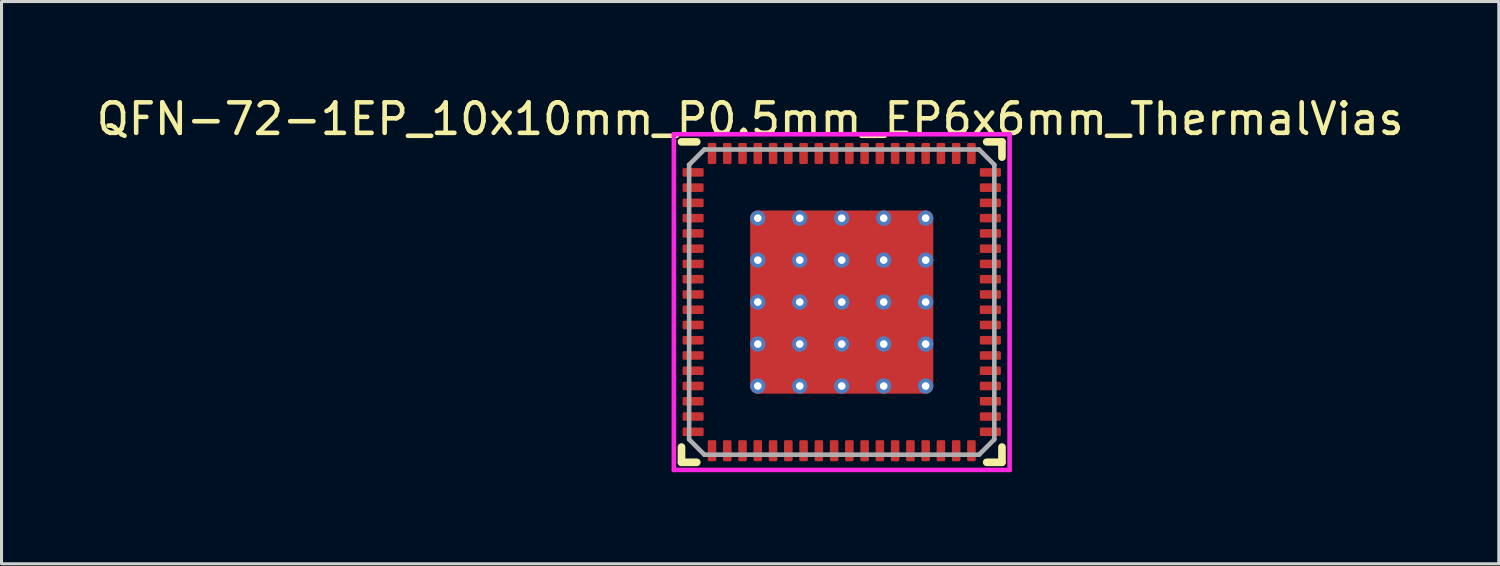
<source format=kicad_pcb>
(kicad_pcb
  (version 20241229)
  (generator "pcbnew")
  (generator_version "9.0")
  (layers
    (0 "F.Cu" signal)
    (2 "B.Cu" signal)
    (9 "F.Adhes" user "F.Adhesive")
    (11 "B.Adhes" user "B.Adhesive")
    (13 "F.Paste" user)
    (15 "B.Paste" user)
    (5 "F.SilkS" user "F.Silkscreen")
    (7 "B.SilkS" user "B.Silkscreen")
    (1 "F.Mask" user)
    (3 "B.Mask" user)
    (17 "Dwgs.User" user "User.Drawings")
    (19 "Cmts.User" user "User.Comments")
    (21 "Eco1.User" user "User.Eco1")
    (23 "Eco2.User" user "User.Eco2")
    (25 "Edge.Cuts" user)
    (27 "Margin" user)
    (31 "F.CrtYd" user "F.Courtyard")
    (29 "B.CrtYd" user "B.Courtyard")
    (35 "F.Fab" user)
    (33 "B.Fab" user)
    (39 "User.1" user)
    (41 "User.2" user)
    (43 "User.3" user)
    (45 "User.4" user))
  (footprint "QFN-72-1EP_10x10mm_P0.5mm_EP6x6mm_ThermalVias"
    (layer "F.Cu")
    (at 24.53 6.848)
    (property "Reference" "QFN-72-1EP_10x10mm_P0.5mm_EP6x6mm_ThermalVias" (at -3 -6 0) (layer "F.SilkS") (effects (font (size 1 1) (thickness 0.15))))
    (attr through_hole)
    (fp_line (start -5.25 -5.25) (end -4.75 -5.25) (stroke (width 0.25) (type solid)) (layer "F.SilkS"))
    (fp_line (start -5.25 4.75) (end -5.25 5.25) (stroke (width 0.25) (type solid)) (layer "F.SilkS"))
    (fp_line (start -5.25 5.25) (end -4.75 5.25) (stroke (width 0.25) (type solid)) (layer "F.SilkS"))
    (fp_line (start 4.75 -5.25) (end 5.25 -5.25) (stroke (width 0.25) (type solid)) (layer "F.SilkS"))
    (fp_line (start 5.25 -5.25) (end 5.25 -4.75) (stroke (width 0.25) (type solid)) (layer "F.SilkS"))
    (fp_line (start 5.25 4.75) (end 5.25 5.25) (stroke (width 0.25) (type solid)) (layer "F.SilkS"))
    (fp_line (start 5.25 5.25) (end 4.75 5.25) (stroke (width 0.25) (type solid)) (layer "F.SilkS"))
    (fp_line (start -5.5 -5.5) (end 5.5 -5.5) (stroke (width 0.15) (type solid)) (layer "F.CrtYd"))
    (fp_line (start -5.5 5.5) (end -5.5 -5.5) (stroke (width 0.15) (type solid)) (layer "F.CrtYd"))
    (fp_line (start 5.5 -5.5) (end 5.5 5.5) (stroke (width 0.15) (type solid)) (layer "F.CrtYd"))
    (fp_line (start 5.5 5.5) (end -5.5 5.5) (stroke (width 0.15) (type solid)) (layer "F.CrtYd"))
    (fp_line (start -5 -4.5) (end -4.5 -5) (stroke (width 0.15) (type solid)) (layer "F.Fab"))
    (fp_line (start -5 4.5) (end -5 -4.5) (stroke (width 0.15) (type solid)) (layer "F.Fab"))
    (fp_line (start -4.5 -5) (end 4.5 -5) (stroke (width 0.15) (type solid)) (layer "F.Fab"))
    (fp_line (start -4.5 5) (end -5 4.5) (stroke (width 0.15) (type solid)) (layer "F.Fab"))
    (fp_line (start 4.5 -5) (end 5 -4.5) (stroke (width 0.15) (type solid)) (layer "F.Fab"))
    (fp_line (start 4.5 5) (end -4.5 5) (stroke (width 0.15) (type solid)) (layer "F.Fab"))
    (fp_line (start 5 -4.5) (end 5 4.5) (stroke (width 0.15) (type solid)) (layer "F.Fab"))
    (fp_line (start 5 4.5) (end 4.5 5) (stroke (width 0.15) (type solid)) (layer "F.Fab"))
    (pad "1" smd roundrect (at -4.87 -4.25) (size 0.69 0.28) (layers "F.Cu" "F.Mask" "F.Paste") (roundrect_rratio 0.15))
    (pad "2" smd roundrect (at -4.87 -3.75) (size 0.69 0.28) (layers "F.Cu" "F.Mask" "F.Paste") (roundrect_rratio 0.15))
    (pad "3" smd roundrect (at -4.87 -3.25) (size 0.69 0.28) (layers "F.Cu" "F.Mask" "F.Paste") (roundrect_rratio 0.15))
    (pad "4" smd roundrect (at -4.87 -2.75) (size 0.69 0.28) (layers "F.Cu" "F.Mask" "F.Paste") (roundrect_rratio 0.15))
    (pad "5" smd roundrect (at -4.87 -2.25) (size 0.69 0.28) (layers "F.Cu" "F.Mask" "F.Paste") (roundrect_rratio 0.15))
    (pad "6" smd roundrect (at -4.87 -1.75) (size 0.69 0.28) (layers "F.Cu" "F.Mask" "F.Paste") (roundrect_rratio 0.15))
    (pad "7" smd roundrect (at -4.87 -1.25) (size 0.69 0.28) (layers "F.Cu" "F.Mask" "F.Paste") (roundrect_rratio 0.15))
    (pad "8" smd roundrect (at -4.87 -0.75) (size 0.69 0.28) (layers "F.Cu" "F.Mask" "F.Paste") (roundrect_rratio 0.15))
    (pad "9" smd roundrect (at -4.87 -0.25) (size 0.69 0.28) (layers "F.Cu" "F.Mask" "F.Paste") (roundrect_rratio 0.15))
    (pad "10" smd roundrect (at -4.87 0.25) (size 0.69 0.28) (layers "F.Cu" "F.Mask" "F.Paste") (roundrect_rratio 0.15))
    (pad "11" smd roundrect (at -4.87 0.75) (size 0.69 0.28) (layers "F.Cu" "F.Mask" "F.Paste") (roundrect_rratio 0.15))
    (pad "12" smd roundrect (at -4.87 1.25) (size 0.69 0.28) (layers "F.Cu" "F.Mask" "F.Paste") (roundrect_rratio 0.15))
    (pad "13" smd roundrect (at -4.87 1.75) (size 0.69 0.28) (layers "F.Cu" "F.Mask" "F.Paste") (roundrect_rratio 0.15))
    (pad "14" smd roundrect (at -4.87 2.25) (size 0.69 0.28) (layers "F.Cu" "F.Mask" "F.Paste") (roundrect_rratio 0.15))
    (pad "15" smd roundrect (at -4.87 2.75) (size 0.69 0.28) (layers "F.Cu" "F.Mask" "F.Paste") (roundrect_rratio 0.15))
    (pad "16" smd roundrect (at -4.87 3.25) (size 0.69 0.28) (layers "F.Cu" "F.Mask" "F.Paste") (roundrect_rratio 0.15))
    (pad "17" smd roundrect (at -4.87 3.75) (size 0.69 0.28) (layers "F.Cu" "F.Mask" "F.Paste") (roundrect_rratio 0.15))
    (pad "18" smd roundrect (at -4.87 4.25) (size 0.69 0.28) (layers "F.Cu" "F.Mask" "F.Paste") (roundrect_rratio 0.15))
    (pad "19" smd roundrect (at -4.25 4.87) (size 0.28 0.69) (layers "F.Cu" "F.Mask" "F.Paste") (roundrect_rratio 0.15))
    (pad "20" smd roundrect (at -3.75 4.87) (size 0.28 0.69) (layers "F.Cu" "F.Mask" "F.Paste") (roundrect_rratio 0.15))
    (pad "21" smd roundrect (at -3.25 4.87) (size 0.28 0.69) (layers "F.Cu" "F.Mask" "F.Paste") (roundrect_rratio 0.15))
    (pad "22" smd roundrect (at -2.75 4.87) (size 0.28 0.69) (layers "F.Cu" "F.Mask" "F.Paste") (roundrect_rratio 0.15))
    (pad "23" smd roundrect (at -2.25 4.87) (size 0.28 0.69) (layers "F.Cu" "F.Mask" "F.Paste") (roundrect_rratio 0.15))
    (pad "24" smd roundrect (at -1.75 4.87) (size 0.28 0.69) (layers "F.Cu" "F.Mask" "F.Paste") (roundrect_rratio 0.15))
    (pad "25" smd roundrect (at -1.25 4.87) (size 0.28 0.69) (layers "F.Cu" "F.Mask" "F.Paste") (roundrect_rratio 0.15))
    (pad "26" smd roundrect (at -0.75 4.87) (size 0.28 0.69) (layers "F.Cu" "F.Mask" "F.Paste") (roundrect_rratio 0.15))
    (pad "27" smd roundrect (at -0.25 4.87) (size 0.28 0.69) (layers "F.Cu" "F.Mask" "F.Paste") (roundrect_rratio 0.15))
    (pad "28" smd roundrect (at 0.25 4.87) (size 0.28 0.69) (layers "F.Cu" "F.Mask" "F.Paste") (roundrect_rratio 0.15))
    (pad "29" smd roundrect (at 0.75 4.87) (size 0.28 0.69) (layers "F.Cu" "F.Mask" "F.Paste") (roundrect_rratio 0.15))
    (pad "30" smd roundrect (at 1.25 4.87) (size 0.28 0.69) (layers "F.Cu" "F.Mask" "F.Paste") (roundrect_rratio 0.15))
    (pad "31" smd roundrect (at 1.75 4.87) (size 0.28 0.69) (layers "F.Cu" "F.Mask" "F.Paste") (roundrect_rratio 0.15))
    (pad "32" smd roundrect (at 2.25 4.87) (size 0.28 0.69) (layers "F.Cu" "F.Mask" "F.Paste") (roundrect_rratio 0.15))
    (pad "33" smd roundrect (at 2.75 4.87) (size 0.28 0.69) (layers "F.Cu" "F.Mask" "F.Paste") (roundrect_rratio 0.15))
    (pad "34" smd roundrect (at 3.25 4.87) (size 0.28 0.69) (layers "F.Cu" "F.Mask" "F.Paste") (roundrect_rratio 0.15))
    (pad "35" smd roundrect (at 3.75 4.87) (size 0.28 0.69) (layers "F.Cu" "F.Mask" "F.Paste") (roundrect_rratio 0.15))
    (pad "36" smd roundrect (at 4.25 4.87) (size 0.28 0.69) (layers "F.Cu" "F.Mask" "F.Paste") (roundrect_rratio 0.15))
    (pad "37" smd roundrect (at 4.87 4.25) (size 0.69 0.28) (layers "F.Cu" "F.Mask" "F.Paste") (roundrect_rratio 0.15))
    (pad "38" smd roundrect (at 4.87 3.75) (size 0.69 0.28) (layers "F.Cu" "F.Mask" "F.Paste") (roundrect_rratio 0.15))
    (pad "39" smd roundrect (at 4.87 3.25) (size 0.69 0.28) (layers "F.Cu" "F.Mask" "F.Paste") (roundrect_rratio 0.15))
    (pad "40" smd roundrect (at 4.87 2.75) (size 0.69 0.28) (layers "F.Cu" "F.Mask" "F.Paste") (roundrect_rratio 0.15))
    (pad "41" smd roundrect (at 4.87 2.25) (size 0.69 0.28) (layers "F.Cu" "F.Mask" "F.Paste") (roundrect_rratio 0.15))
    (pad "42" smd roundrect (at 4.87 1.75) (size 0.69 0.28) (layers "F.Cu" "F.Mask" "F.Paste") (roundrect_rratio 0.15))
    (pad "43" smd roundrect (at 4.87 1.25) (size 0.69 0.28) (layers "F.Cu" "F.Mask" "F.Paste") (roundrect_rratio 0.15))
    (pad "44" smd roundrect (at 4.87 0.75) (size 0.69 0.28) (layers "F.Cu" "F.Mask" "F.Paste") (roundrect_rratio 0.15))
    (pad "45" smd roundrect (at 4.87 0.25) (size 0.69 0.28) (layers "F.Cu" "F.Mask" "F.Paste") (roundrect_rratio 0.15))
    (pad "46" smd roundrect (at 4.87 -0.25) (size 0.69 0.28) (layers "F.Cu" "F.Mask" "F.Paste") (roundrect_rratio 0.15))
    (pad "47" smd roundrect (at 4.87 -0.75) (size 0.69 0.28) (layers "F.Cu" "F.Mask" "F.Paste") (roundrect_rratio 0.15))
    (pad "48" smd roundrect (at 4.87 -1.25) (size 0.69 0.28) (layers "F.Cu" "F.Mask" "F.Paste") (roundrect_rratio 0.15))
    (pad "49" smd roundrect (at 4.87 -1.75) (size 0.69 0.28) (layers "F.Cu" "F.Mask" "F.Paste") (roundrect_rratio 0.15))
    (pad "50" smd roundrect (at 4.87 -2.25) (size 0.69 0.28) (layers "F.Cu" "F.Mask" "F.Paste") (roundrect_rratio 0.15))
    (pad "51" smd roundrect (at 4.87 -2.75) (size 0.69 0.28) (layers "F.Cu" "F.Mask" "F.Paste") (roundrect_rratio 0.15))
    (pad "52" smd roundrect (at 4.87 -3.25) (size 0.69 0.28) (layers "F.Cu" "F.Mask" "F.Paste") (roundrect_rratio 0.15))
    (pad "53" smd roundrect (at 4.87 -3.75) (size 0.69 0.28) (layers "F.Cu" "F.Mask" "F.Paste") (roundrect_rratio 0.15))
    (pad "54" smd roundrect (at 4.87 -4.25) (size 0.69 0.28) (layers "F.Cu" "F.Mask" "F.Paste") (roundrect_rratio 0.15))
    (pad "55" smd roundrect (at 4.25 -4.87) (size 0.28 0.69) (layers "F.Cu" "F.Mask" "F.Paste") (roundrect_rratio 0.15))
    (pad "56" smd roundrect (at 3.75 -4.87) (size 0.28 0.69) (layers "F.Cu" "F.Mask" "F.Paste") (roundrect_rratio 0.15))
    (pad "57" smd roundrect (at 3.25 -4.87) (size 0.28 0.69) (layers "F.Cu" "F.Mask" "F.Paste") (roundrect_rratio 0.15))
    (pad "58" smd roundrect (at 2.75 -4.87) (size 0.28 0.69) (layers "F.Cu" "F.Mask" "F.Paste") (roundrect_rratio 0.15))
    (pad "59" smd roundrect (at 2.25 -4.87) (size 0.28 0.69) (layers "F.Cu" "F.Mask" "F.Paste") (roundrect_rratio 0.15))
    (pad "60" smd roundrect (at 1.75 -4.87) (size 0.28 0.69) (layers "F.Cu" "F.Mask" "F.Paste") (roundrect_rratio 0.15))
    (pad "61" smd roundrect (at 1.25 -4.87) (size 0.28 0.69) (layers "F.Cu" "F.Mask" "F.Paste") (roundrect_rratio 0.15))
    (pad "62" smd roundrect (at 0.75 -4.87) (size 0.28 0.69) (layers "F.Cu" "F.Mask" "F.Paste") (roundrect_rratio 0.15))
    (pad "63" smd roundrect (at 0.25 -4.87) (size 0.28 0.69) (layers "F.Cu" "F.Mask" "F.Paste") (roundrect_rratio 0.15))
    (pad "64" smd roundrect (at -0.25 -4.87) (size 0.28 0.69) (layers "F.Cu" "F.Mask" "F.Paste") (roundrect_rratio 0.15))
    (pad "65" smd roundrect (at -0.75 -4.87) (size 0.28 0.69) (layers "F.Cu" "F.Mask" "F.Paste") (roundrect_rratio 0.15))
    (pad "66" smd roundrect (at -1.25 -4.87) (size 0.28 0.69) (layers "F.Cu" "F.Mask" "F.Paste") (roundrect_rratio 0.15))
    (pad "67" smd roundrect (at -1.75 -4.87) (size 0.28 0.69) (layers "F.Cu" "F.Mask" "F.Paste") (roundrect_rratio 0.15))
    (pad "68" smd roundrect (at -2.25 -4.87) (size 0.28 0.69) (layers "F.Cu" "F.Mask" "F.Paste") (roundrect_rratio 0.15))
    (pad "69" smd roundrect (at -2.75 -4.87) (size 0.28 0.69) (layers "F.Cu" "F.Mask" "F.Paste") (roundrect_rratio 0.15))
    (pad "70" smd roundrect (at -3.25 -4.87) (size 0.28 0.69) (layers "F.Cu" "F.Mask" "F.Paste") (roundrect_rratio 0.15))
    (pad "71" smd roundrect (at -3.75 -4.87) (size 0.28 0.69) (layers "F.Cu" "F.Mask" "F.Paste") (roundrect_rratio 0.15))
    (pad "72" smd roundrect (at -4.25 -4.87) (size 0.28 0.69) (layers "F.Cu" "F.Mask" "F.Paste") (roundrect_rratio 0.15))
    (pad "PAD" thru_hole circle (at -2.75 -2.75) (size 0.5 0.5) (drill 0.25) (layers "*.Cu" "*.Mask"))
    (pad "PAD" thru_hole circle (at -2.75 -1.375) (size 0.5 0.5) (drill 0.25) (layers "*.Cu" "*.Mask"))
    (pad "PAD" thru_hole circle (at -2.75 0) (size 0.5 0.5) (drill 0.25) (layers "*.Cu" "*.Mask"))
    (pad "PAD" thru_hole circle (at -2.75 1.375) (size 0.5 0.5) (drill 0.25) (layers "*.Cu" "*.Mask"))
    (pad "PAD" thru_hole circle (at -2.75 2.75) (size 0.5 0.5) (drill 0.25) (layers "*.Cu" "*.Mask"))
    (pad "PAD" thru_hole circle (at -1.375 -2.75) (size 0.5 0.5) (drill 0.25) (layers "*.Cu" "*.Mask"))
    (pad "PAD" thru_hole circle (at -1.375 -1.375) (size 0.5 0.5) (drill 0.25) (layers "*.Cu" "*.Mask"))
    (pad "PAD" thru_hole circle (at -1.375 0) (size 0.5 0.5) (drill 0.25) (layers "*.Cu" "*.Mask"))
    (pad "PAD" thru_hole circle (at -1.375 1.375) (size 0.5 0.5) (drill 0.25) (layers "*.Cu" "*.Mask"))
    (pad "PAD" thru_hole circle (at -1.375 2.75) (size 0.5 0.5) (drill 0.25) (layers "*.Cu" "*.Mask"))
    (pad "PAD" thru_hole circle (at 0 -2.75) (size 0.5 0.5) (drill 0.25) (layers "*.Cu" "*.Mask"))
    (pad "PAD" thru_hole circle (at 0 -1.375) (size 0.5 0.5) (drill 0.25) (layers "*.Cu" "*.Mask"))
    (pad "PAD" thru_hole circle (at 0 0) (size 0.5 0.5) (drill 0.25) (layers "*.Cu" "*.Mask"))
    (pad "PAD" smd roundrect (at 0 0) (size 6 6) (layers "F.Cu" "F.Mask" "F.Paste") (roundrect_rratio 0.04))
    (pad "PAD" thru_hole circle (at 0 1.375) (size 0.5 0.5) (drill 0.25) (layers "*.Cu" "*.Mask"))
    (pad "PAD" thru_hole circle (at 0 2.75) (size 0.5 0.5) (drill 0.25) (layers "*.Cu" "*.Mask"))
    (pad "PAD" thru_hole circle (at 1.375 -2.75) (size 0.5 0.5) (drill 0.25) (layers "*.Cu" "*.Mask"))
    (pad "PAD" thru_hole circle (at 1.375 -1.375) (size 0.5 0.5) (drill 0.25) (layers "*.Cu" "*.Mask"))
    (pad "PAD" thru_hole circle (at 1.375 0) (size 0.5 0.5) (drill 0.25) (layers "*.Cu" "*.Mask"))
    (pad "PAD" thru_hole circle (at 1.375 1.375) (size 0.5 0.5) (drill 0.25) (layers "*.Cu" "*.Mask"))
    (pad "PAD" thru_hole circle (at 1.375 2.75) (size 0.5 0.5) (drill 0.25) (layers "*.Cu" "*.Mask"))
    (pad "PAD" thru_hole circle (at 2.75 -2.75) (size 0.5 0.5) (drill 0.25) (layers "*.Cu" "*.Mask"))
    (pad "PAD" thru_hole circle (at 2.75 -1.375) (size 0.5 0.5) (drill 0.25) (layers "*.Cu" "*.Mask"))
    (pad "PAD" thru_hole circle (at 2.75 0) (size 0.5 0.5) (drill 0.25) (layers "*.Cu" "*.Mask"))
    (pad "PAD" thru_hole circle (at 2.75 1.375) (size 0.5 0.5) (drill 0.25) (layers "*.Cu" "*.Mask"))
    (pad "PAD" thru_hole circle (at 2.75 2.75) (size 0.5 0.5) (drill 0.25) (layers "*.Cu" "*.Mask")))
  (gr_rect
    (start -3 -3)
    (end 46.06 15.423)
    (stroke (width 0.1) (type default))
    (fill no)
    (layer "Edge.Cuts")))
</source>
